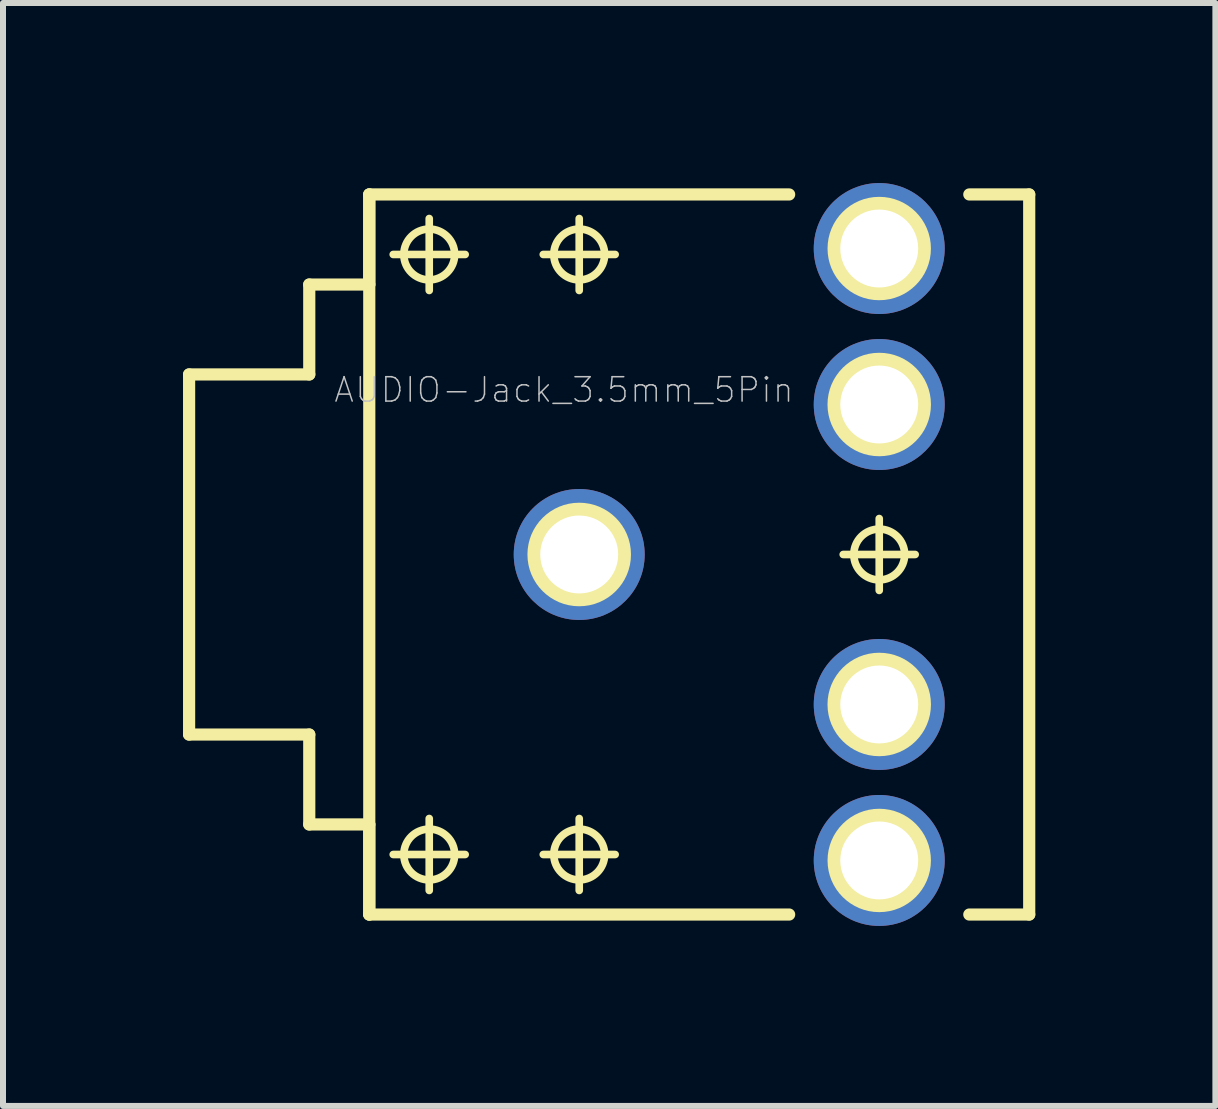
<source format=kicad_pcb>
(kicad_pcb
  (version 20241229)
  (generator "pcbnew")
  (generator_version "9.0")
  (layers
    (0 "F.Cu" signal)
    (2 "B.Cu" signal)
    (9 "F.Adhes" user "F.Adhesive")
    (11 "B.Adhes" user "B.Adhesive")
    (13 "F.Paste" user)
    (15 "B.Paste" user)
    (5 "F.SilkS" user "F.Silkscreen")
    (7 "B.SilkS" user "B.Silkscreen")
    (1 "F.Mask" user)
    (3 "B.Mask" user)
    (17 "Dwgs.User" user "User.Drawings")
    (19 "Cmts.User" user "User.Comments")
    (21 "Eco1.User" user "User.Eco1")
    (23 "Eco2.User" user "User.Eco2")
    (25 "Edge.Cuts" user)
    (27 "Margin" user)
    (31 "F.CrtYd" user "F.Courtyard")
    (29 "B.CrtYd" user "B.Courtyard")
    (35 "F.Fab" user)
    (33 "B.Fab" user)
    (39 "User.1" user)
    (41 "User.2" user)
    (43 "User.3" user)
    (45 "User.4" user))
  (footprint "AUDIO-Jack_3.5mm_5Pin"
    (layer "F.Cu")
    (at 6.601 6.189)
    (property "Reference" "AUDIO-Jack_3.5mm_5Pin" (at -0.254 -2.743 0) (layer "Dwgs.User") (effects (font (size 0.406 0.406) (thickness 0.025))))
    (attr exclude_from_pos_files exclude_from_bom)
    (fp_line (start -6.5 -3) (end -6.5 3) (stroke (width 0.203) (type solid)) (layer "F.SilkS"))
    (fp_line (start -6.5 -3) (end -4.498 -3) (stroke (width 0.203) (type solid)) (layer "F.SilkS"))
    (fp_line (start -6.5 3) (end -4.498 3) (stroke (width 0.203) (type solid)) (layer "F.SilkS"))
    (fp_line (start -4.498 -4.498) (end -4.498 -3) (stroke (width 0.203) (type solid)) (layer "F.SilkS"))
    (fp_line (start -4.498 -4.498) (end -3.498 -4.498) (stroke (width 0.203) (type solid)) (layer "F.SilkS"))
    (fp_line (start -4.498 3) (end -4.498 4.498) (stroke (width 0.203) (type solid)) (layer "F.SilkS"))
    (fp_line (start -4.498 4.498) (end -3.498 4.498) (stroke (width 0.203) (type solid)) (layer "F.SilkS"))
    (fp_line (start -3.498 -5.999) (end -3.498 -4.498) (stroke (width 0.203) (type solid)) (layer "F.SilkS"))
    (fp_line (start -3.498 -5.999) (end -3.498 5.999) (stroke (width 0.203) (type solid)) (layer "F.SilkS"))
    (fp_line (start -3.498 -5.999) (end 3.498 -5.999) (stroke (width 0.203) (type solid)) (layer "F.SilkS"))
    (fp_line (start -3.498 4.498) (end -3.498 5.999) (stroke (width 0.203) (type solid)) (layer "F.SilkS"))
    (fp_line (start -3.498 5.999) (end 3.498 5.999) (stroke (width 0.203) (type solid)) (layer "F.SilkS"))
    (fp_line (start -3.099 -4.999) (end -1.9 -4.999) (stroke (width 0.127) (type solid)) (layer "F.SilkS"))
    (fp_line (start -3.099 4.999) (end -1.9 4.999) (stroke (width 0.127) (type solid)) (layer "F.SilkS"))
    (fp_line (start -2.499 -4.399) (end -2.499 -5.598) (stroke (width 0.127) (type solid)) (layer "F.SilkS"))
    (fp_line (start -2.499 5.598) (end -2.499 4.399) (stroke (width 0.127) (type solid)) (layer "F.SilkS"))
    (fp_line (start -0.599 -4.999) (end 0.599 -4.999) (stroke (width 0.127) (type solid)) (layer "F.SilkS"))
    (fp_line (start -0.599 4.999) (end 0.599 4.999) (stroke (width 0.127) (type solid)) (layer "F.SilkS"))
    (fp_line (start 0 -4.399) (end 0 -5.598) (stroke (width 0.127) (type solid)) (layer "F.SilkS"))
    (fp_line (start 0 5.598) (end 0 4.399) (stroke (width 0.127) (type solid)) (layer "F.SilkS"))
    (fp_line (start 4.399 0) (end 5.598 0) (stroke (width 0.127) (type solid)) (layer "F.SilkS"))
    (fp_line (start 4.999 0.599) (end 4.999 -0.599) (stroke (width 0.127) (type solid)) (layer "F.SilkS"))
    (fp_line (start 7.498 -5.999) (end 6.5 -5.999) (stroke (width 0.203) (type solid)) (layer "F.SilkS"))
    (fp_line (start 7.498 -5.999) (end 7.498 5.999) (stroke (width 0.203) (type solid)) (layer "F.SilkS"))
    (fp_line (start 7.498 5.999) (end 6.5 5.999) (stroke (width 0.203) (type solid)) (layer "F.SilkS"))
    (fp_circle (center -2.499 -4.999) (end -2.799 -5.298) (stroke (width 0.127) (type solid)) (fill no) (layer "F.SilkS"))
    (fp_circle (center -2.499 4.999) (end -2.799 5.298) (stroke (width 0.127) (type solid)) (fill no) (layer "F.SilkS"))
    (fp_circle (center 0 -4.999) (end -0.3 -5.298) (stroke (width 0.127) (type solid)) (fill no) (layer "F.SilkS"))
    (fp_circle (center 0 0) (end -0.61 0.61) (stroke (width 0) (type solid)) (fill yes) (layer "F.SilkS"))
    (fp_circle (center 0 0) (end -0.33 0.33) (stroke (width 0) (type solid)) (fill yes) (layer "F.SilkS"))
    (fp_circle (center 0 4.999) (end -0.3 5.298) (stroke (width 0.127) (type solid)) (fill no) (layer "F.SilkS"))
    (fp_circle (center 4.999 -5.098) (end 5.329 -5.428) (stroke (width 0) (type solid)) (fill yes) (layer "F.SilkS"))
    (fp_circle (center 4.999 -5.098) (end 5.608 -5.707) (stroke (width 0) (type solid)) (fill yes) (layer "F.SilkS"))
    (fp_circle (center 4.999 -2.499) (end 5.329 -2.83) (stroke (width 0) (type solid)) (fill yes) (layer "F.SilkS"))
    (fp_circle (center 4.999 -2.499) (end 5.608 -3.109) (stroke (width 0) (type solid)) (fill yes) (layer "F.SilkS"))
    (fp_circle (center 4.999 0) (end 5.298 0.3) (stroke (width 0.127) (type solid)) (fill no) (layer "F.SilkS"))
    (fp_circle (center 4.999 2.499) (end 5.329 2.83) (stroke (width 0) (type solid)) (fill yes) (layer "F.SilkS"))
    (fp_circle (center 4.999 2.499) (end 5.608 3.109) (stroke (width 0) (type solid)) (fill yes) (layer "F.SilkS"))
    (fp_circle (center 4.999 5.098) (end 5.329 5.428) (stroke (width 0) (type solid)) (fill yes) (layer "F.SilkS"))
    (fp_circle (center 4.999 5.098) (end 5.608 5.707) (stroke (width 0) (type solid)) (fill yes) (layer "F.SilkS"))
    (pad "1" thru_hole circle (at 0 0) (size 2.182 2.182) (drill 1.298) (layers "*.Cu" "*.Mask"))
    (pad "2" thru_hole circle (at 4.999 5.098) (size 2.182 2.182) (drill 1.298) (layers "*.Cu" "*.Mask"))
    (pad "3" thru_hole circle (at 4.999 -5.098) (size 2.182 2.182) (drill 1.298) (layers "*.Cu" "*.Mask"))
    (pad "5" thru_hole circle (at 4.999 2.499) (size 2.182 2.182) (drill 1.298) (layers "*.Cu" "*.Mask"))
    (pad "6" thru_hole circle (at 4.999 -2.499) (size 2.182 2.182) (drill 1.298) (layers "*.Cu" "*.Mask")))
  (gr_rect
    (start -3 -3)
    (end 17.201 15.377)
    (stroke (width 0.1) (type default))
    (fill no)
    (layer "Edge.Cuts")))
</source>
